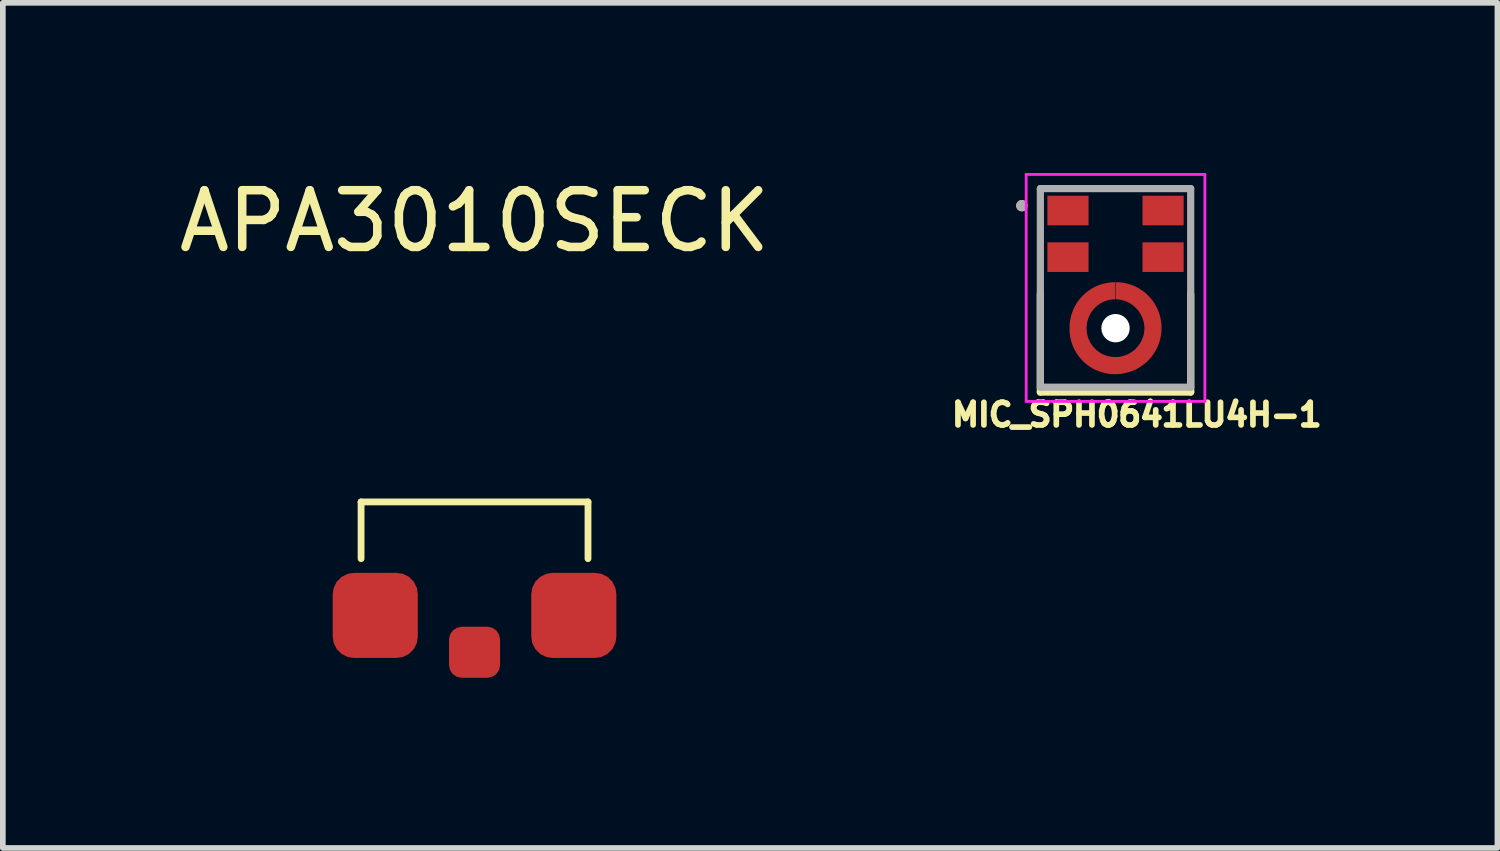
<source format=kicad_pcb>
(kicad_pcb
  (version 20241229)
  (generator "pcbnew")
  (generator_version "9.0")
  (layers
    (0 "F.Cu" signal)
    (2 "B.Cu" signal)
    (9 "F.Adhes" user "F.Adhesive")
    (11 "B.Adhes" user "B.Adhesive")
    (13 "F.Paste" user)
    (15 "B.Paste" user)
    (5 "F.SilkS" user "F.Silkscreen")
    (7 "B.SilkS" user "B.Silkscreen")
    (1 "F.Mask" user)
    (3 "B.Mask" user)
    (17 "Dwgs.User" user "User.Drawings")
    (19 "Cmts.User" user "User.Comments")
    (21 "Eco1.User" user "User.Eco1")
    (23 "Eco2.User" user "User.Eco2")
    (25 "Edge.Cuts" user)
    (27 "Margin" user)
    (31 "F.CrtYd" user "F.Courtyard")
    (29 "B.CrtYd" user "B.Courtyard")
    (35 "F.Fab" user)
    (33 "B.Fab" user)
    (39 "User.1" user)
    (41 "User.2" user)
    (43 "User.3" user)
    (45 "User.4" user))
  (footprint "MIC_SPH0641LU4H-1"
    (layer "F.Cu")
    (at 16.614 2.735)
    (property "Reference" "MIC_SPH0641LU4H-1" (at 0.375 1.526 0) (layer "F.SilkS") (effects (font (size 0.4 0.4) (thickness 0.1))))
    (attr through_hole)
    (fp_circle (center 0 0) (end 0.65 0) (stroke (width 0.3) (type solid)) (fill no) (layer "F.Mask"))
    (fp_line (start -1.325 1.126) (end -1.325 -0.6) (stroke (width 0.127) (type solid)) (layer "F.SilkS"))
    (fp_line (start 1.325 -0.6) (end 1.325 1.126) (stroke (width 0.127) (type solid)) (layer "F.SilkS"))
    (fp_line (start 1.325 1.126) (end -1.325 1.126) (stroke (width 0.127) (type solid)) (layer "F.SilkS"))
    (fp_circle (center -1.651 -2.159) (end -1.601 -2.159) (stroke (width 0.1) (type solid)) (fill no) (layer "F.SilkS"))
    (fp_poly (pts (xy -0.53 0.38) (xy -0.425 0.28) (xy -0.46 0.23) (xy -0.5 0.12) (xy -0.514 0) (xy -0.5 -0.12) (xy -0.462 -0.225) (xy -0.426 -0.288) (xy -0.525 -0.385) (xy -0.64 -0.5) (xy -0.705 -0.405) (xy -0.75 -0.31) (xy -0.78 -0.22) (xy -0.8 -0.14) (xy -0.81 0) (xy -0.796 0.16) (xy -0.75 0.31) (xy -0.69 0.425) (xy -0.645 0.495)) (stroke (width 0.001) (type solid)) (fill yes) (layer "F.Paste"))
    (fp_poly (pts (xy 0.53 -0.375) (xy 0.435 -0.28) (xy 0.46 -0.23) (xy 0.485 -0.175) (xy 0.5 -0.12) (xy 0.51 -0.06) (xy 0.514 0) (xy 0.5 0.12) (xy 0.462 0.225) (xy 0.426 0.283) (xy 0.525 0.385) (xy 0.64 0.5) (xy 0.7 0.41) (xy 0.75 0.31) (xy 0.78 0.23) (xy 0.8 0.14) (xy 0.81 0) (xy 0.796 -0.16) (xy 0.75 -0.31) (xy 0.7 -0.415) (xy 0.645 -0.49)) (stroke (width 0.001) (type solid)) (fill yes) (layer "F.Paste"))
    (fp_poly (pts (xy 0.385 0.53) (xy 0.28 0.425) (xy 0.23 0.46) (xy 0.12 0.5) (xy 0 0.514) (xy -0.12 0.5) (xy -0.225 0.462) (xy -0.283 0.421) (xy -0.38 0.52) (xy -0.5 0.64) (xy -0.405 0.705) (xy -0.31 0.75) (xy -0.23 0.78) (xy -0.14 0.8) (xy -0.06 0.81) (xy 0 0.81) (xy 0.065 0.81) (xy 0.16 0.796) (xy 0.235 0.78) (xy 0.31 0.75) (xy 0.405 0.705) (xy 0.5 0.64)) (stroke (width 0.001) (type solid)) (fill yes) (layer "F.Paste"))
    (fp_poly (pts (xy -0.385 -0.53) (xy -0.285 -0.43) (xy -0.23 -0.465) (xy -0.12 -0.505) (xy -0.12 -0.51) (xy -0.11 -0.505) (xy -0.005 -0.52) (xy 0.005 -0.524) (xy 0.005 -0.52) (xy 0.125 -0.505) (xy 0.225 -0.462) (xy 0.293 -0.426) (xy 0.39 -0.525) (xy 0.505 -0.635) (xy 0.41 -0.7) (xy 0.31 -0.75) (xy 0.22 -0.78) (xy 0.14 -0.8) (xy 0 -0.81) (xy -0.16 -0.796) (xy -0.31 -0.75) (xy -0.4 -0.705) (xy -0.5 -0.64)) (stroke (width 0.001) (type solid)) (fill yes) (layer "F.Paste"))
    (fp_line (start -1.575 -2.71) (end 1.575 -2.71) (stroke (width 0.05) (type solid)) (layer "F.CrtYd"))
    (fp_line (start -1.575 1.29) (end -1.575 -2.71) (stroke (width 0.05) (type solid)) (layer "F.CrtYd"))
    (fp_line (start 1.575 -2.71) (end 1.575 1.29) (stroke (width 0.05) (type solid)) (layer "F.CrtYd"))
    (fp_line (start 1.575 1.29) (end -1.575 1.29) (stroke (width 0.05) (type solid)) (layer "F.CrtYd"))
    (fp_line (start -1.325 -2.46) (end 1.325 -2.46) (stroke (width 0.127) (type solid)) (layer "F.Fab"))
    (fp_line (start -1.325 1.04) (end -1.325 -2.46) (stroke (width 0.127) (type solid)) (layer "F.Fab"))
    (fp_line (start 1.325 -2.46) (end 1.325 1.04) (stroke (width 0.127) (type solid)) (layer "F.Fab"))
    (fp_line (start 1.325 1.04) (end -1.325 1.04) (stroke (width 0.127) (type solid)) (layer "F.Fab"))
    (fp_circle (center -1.651 -2.159) (end -1.601 -2.159) (stroke (width 0.1) (type solid)) (fill no) (layer "F.Fab"))
    (pad "" np_thru_hole circle (at 0 0) (size 0.5 0.5) (drill 0.5) (layers "*.Cu" "*.Mask"))
    (pad "1" smd rect (at -0.838 -2.074) (size 0.725 0.522) (layers "F.Cu" "F.Mask" "F.Paste"))
    (pad "2" smd rect (at -0.838 -1.252) (size 0.725 0.522) (layers "F.Cu" "F.Mask" "F.Paste"))
    (pad "3" smd custom (at 0.656 -0.013) (size 0.1 0.1) (layers "F.Cu") (options (anchor rect)) (primitives (gr_poly (pts (xy -0.661 -0.497) (xy -0.661 -0.797) (xy -0.705 -0.796) (xy -0.747 -0.793) (xy -0.789 -0.787) (xy -0.83 -0.779) (xy -0.871 -0.77) (xy -0.911 -0.758) (xy -0.951 -0.745) (xy -0.99 -0.729) (xy -1.028 -0.711) (xy -1.065 -0.69) (xy -1.101 -0.668) (xy -1.135 -0.644) (xy -1.169 -0.619) (xy -1.2 -0.592) (xy -1.231 -0.562) (xy -1.26 -0.531) (xy -1.287 -0.5) (xy -1.313 -0.467) (xy -1.337 -0.432) (xy -1.358 -0.397) (xy -1.379 -0.359) (xy -1.397 -0.322) (xy -1.413 -0.282) (xy -1.427 -0.242) (xy -1.439 -0.203) (xy -1.448 -0.162) (xy -1.456 -0.12) (xy -1.462 -0.079) (xy -1.465 -0.036) (xy -1.466 0.003) (xy -1.466 0.072) (xy -1.463 0.104) (xy -1.459 0.142) (xy -1.452 0.18) (xy -1.443 0.218) (xy -1.433 0.256) (xy -1.421 0.292) (xy -1.407 0.329) (xy -1.392 0.363) (xy -1.374 0.399) (xy -1.356 0.431) (xy -1.335 0.465) (xy -1.313 0.496) (xy -1.289 0.526) (xy -1.264 0.556) (xy -1.238 0.585) (xy -1.21 0.612) (xy -1.181 0.637) (xy -1.151 0.661) (xy -1.12 0.683) (xy -1.087 0.705) (xy -1.054 0.725) (xy -1.02 0.743) (xy -0.985 0.758) (xy -0.949 0.772) (xy -0.912 0.785) (xy -0.875 0.796) (xy -0.838 0.805) (xy -0.8 0.812) (xy -0.761 0.819) (xy -0.716 0.823) (xy -0.656 0.823) (xy -0.614 0.822) (xy -0.571 0.819) (xy -0.529 0.812) (xy -0.488 0.804) (xy -0.446 0.794) (xy -0.406 0.782) (xy -0.366 0.768) (xy -0.327 0.752) (xy -0.288 0.735) (xy -0.251 0.714) (xy -0.215 0.692) (xy -0.18 0.667) (xy -0.146 0.641) (xy -0.114 0.615) (xy -0.083 0.586) (xy -0.054 0.554) (xy -0.027 0.522) (xy -0.001 0.488) (xy 0.023 0.454) (xy 0.045 0.417) (xy 0.066 0.381) (xy 0.084 0.342) (xy 0.1 0.302) (xy 0.114 0.263) (xy 0.126 0.223) (xy 0.136 0.18) (xy 0.144 0.14) (xy 0.15 0.098) (xy 0.153 0.054) (xy 0.154 0.013) (xy 0.154 0.003) (xy 0.153 -0.036) (xy 0.15 -0.079) (xy 0.144 -0.12) (xy 0.136 -0.162) (xy 0.127 -0.203) (xy 0.115 -0.242) (xy 0.101 -0.282) (xy 0.085 -0.322) (xy 0.067 -0.359) (xy 0.046 -0.397) (xy 0.025 -0.432) (xy 0.001 -0.467) (xy -0.025 -0.5) (xy -0.052 -0.531) (xy -0.081 -0.562) (xy -0.112 -0.592) (xy -0.143 -0.619) (xy -0.177 -0.644) (xy -0.211 -0.668) (xy -0.247 -0.69) (xy -0.284 -0.711) (xy -0.322 -0.729) (xy -0.361 -0.745) (xy -0.401 -0.758) (xy -0.441 -0.77) (xy -0.482 -0.779) (xy -0.523 -0.787) (xy -0.565 -0.793) (xy -0.607 -0.796) (xy -0.651 -0.797) (xy -0.651 -0.497) (xy -0.636 -0.497) (xy -0.607 -0.494) (xy -0.581 -0.491) (xy -0.556 -0.486) (xy -0.531 -0.48) (xy -0.507 -0.472) (xy -0.483 -0.465) (xy -0.459 -0.455) (xy -0.436 -0.444) (xy -0.413 -0.432) (xy -0.391 -0.419) (xy -0.37 -0.405) (xy -0.349 -0.39) (xy -0.33 -0.373) (xy -0.311 -0.356) (xy -0.292 -0.339) (xy -0.275 -0.32) (xy -0.259 -0.3) (xy -0.243 -0.28) (xy -0.229 -0.259) (xy -0.216 -0.236) (xy -0.203 -0.214) (xy -0.192 -0.192) (xy -0.182 -0.168) (xy -0.173 -0.143) (xy -0.166 -0.119) (xy -0.159 -0.095) (xy -0.154 -0.07) (xy -0.15 -0.044) (xy -0.147 -0.019) (xy -0.146 0.003) (xy -0.146 0.025) (xy -0.148 0.052) (xy -0.151 0.08) (xy -0.155 0.105) (xy -0.161 0.133) (xy -0.168 0.159) (xy -0.177 0.183) (xy -0.187 0.208) (xy -0.198 0.234) (xy -0.211 0.258) (xy -0.224 0.281) (xy -0.239 0.302) (xy -0.255 0.325) (xy -0.272 0.345) (xy -0.291 0.365) (xy -0.31 0.385) (xy -0.33 0.403) (xy -0.351 0.418) (xy -0.373 0.434) (xy -0.396 0.449) (xy -0.419 0.463) (xy -0.443 0.474) (xy -0.468 0.485) (xy -0.493 0.494) (xy -0.519 0.502) (xy -0.545 0.509) (xy -0.572 0.514) (xy -0.598 0.518) (xy -0.625 0.521) (xy -0.656 0.522) (xy -0.666 0.522) (xy -0.696 0.521) (xy -0.723 0.518) (xy -0.749 0.514) (xy -0.775 0.509) (xy -0.8 0.502) (xy -0.825 0.495) (xy -0.85 0.485) (xy -0.874 0.475) (xy -0.898 0.464) (xy -0.921 0.451) (xy -0.943 0.436) (xy -0.965 0.42) (xy -0.986 0.405) (xy -1.005 0.387) (xy -1.024 0.368) (xy -1.042 0.348) (xy -1.059 0.329) (xy -1.075 0.307) (xy -1.089 0.285) (xy -1.103 0.263) (xy -1.115 0.238) (xy -1.126 0.214) (xy -1.136 0.191) (xy -1.144 0.166) (xy -1.151 0.14) (xy -1.157 0.114) (xy -1.161 0.087) (xy -1.164 0.061) (xy -1.166 0.035) (xy -1.166 0.013) (xy -1.165 -0.017) (xy -1.163 -0.043) (xy -1.16 -0.07) (xy -1.155 -0.096) (xy -1.149 -0.121) (xy -1.141 -0.146) (xy -1.132 -0.172) (xy -1.122 -0.197) (xy -1.111 -0.221) (xy -1.098 -0.243) (xy -1.084 -0.267) (xy -1.069 -0.288) (xy -1.053 -0.309) (xy -1.036 -0.33) (xy -1.017 -0.348) (xy -0.998 -0.367) (xy -0.978 -0.385) (xy -0.957 -0.401) (xy -0.935 -0.415) (xy -0.912 -0.429) (xy -0.889 -0.443) (xy -0.865 -0.454) (xy -0.84 -0.464) (xy -0.815 -0.472) (xy -0.79 -0.48) (xy -0.764 -0.486) (xy -0.738 -0.491) (xy -0.712 -0.494) (xy -0.685 -0.496) (xy -0.661 -0.497)) (width 0.001) (fill yes))))
    (pad "4" smd rect (at 0.838 -1.252) (size 0.725 0.522) (layers "F.Cu" "F.Mask" "F.Paste"))
    (pad "5" smd rect (at 0.838 -2.074) (size 0.725 0.522) (layers "F.Cu" "F.Mask" "F.Paste")))
  (footprint "APA3010SECK"
    (layer "F.Cu")
    (at 5.315 7.798)
    (property "Reference" "APA3010SECK" (at 0 -6.95 0) (layer "F.SilkS") (effects (font (size 1 1) (thickness 0.15))))
    (attr through_hole)
    (fp_line (start -2 -2) (end 2 -2) (stroke (width 0.12) (type solid)) (layer "F.SilkS"))
    (fp_line (start -2 -1) (end -2 -2) (stroke (width 0.12) (type solid)) (layer "F.SilkS"))
    (fp_line (start 2 -2) (end 2 -1) (stroke (width 0.12) (type solid)) (layer "F.SilkS"))
    (pad "" smd roundrect (at 0 0.65) (size 0.9 0.9) (layers "F.Cu" "F.Mask" "F.Paste") (roundrect_rratio 0.25))
    (pad "1" smd roundrect (at -1.75 0) (size 1.5 1.5) (layers "F.Cu" "F.Mask" "F.Paste") (roundrect_rratio 0.25))
    (pad "2" smd roundrect (at 1.75 0) (size 1.5 1.5) (layers "F.Cu" "F.Mask" "F.Paste") (roundrect_rratio 0.25)))
  (gr_rect
    (start -3 -3)
    (end 23.346 11.898)
    (stroke (width 0.1) (type default))
    (fill no)
    (layer "Edge.Cuts")))
</source>
